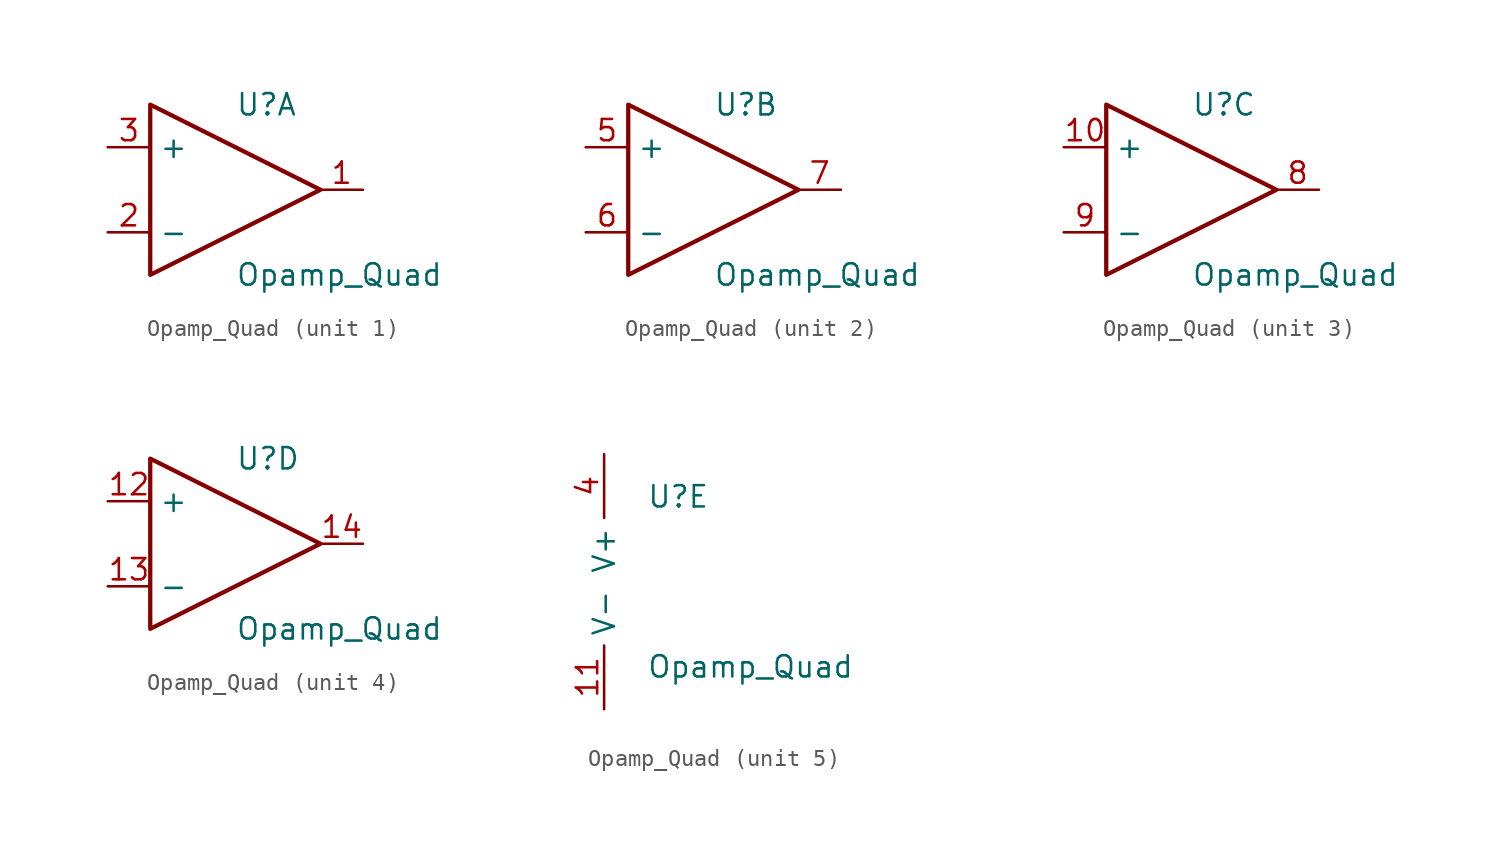
<source format=kicad_sym>
(kicad_symbol_lib
  (version 20211014)
  (generator kicad_symbol_editor)
  (symbol "Opamp_Quad"
    (property "Reference" "U"
      (at 0 5.08 0)
      (effects (font (size 1.27 1.27)) (justify left)))
    (property "Value" "Opamp_Quad"
      (at 0 -5.08 0)
      (effects (font (size 1.27 1.27)) (justify left)))
    (property "ki_locked" ""
      (at 0 0 0)
      (effects (font (size 1.27 1.27))))
    (symbol "Opamp_Quad_1_1"
      (polyline (pts (xy -5.08 5.08) (xy 5.08 0) (xy -5.08 -5.08) (xy -5.08 5.08)) (stroke (width 0.254) (type default) (color 0 0 0 0)) (fill (type none)))
      (pin output line (at 7.62 0 180) (length 2.54) (name "~" (effects (font (size 1.27 1.27)))) (number "1" (effects (font (size 1.27 1.27)))))
      (pin input line (at -7.62 -2.54 0) (length 2.54) (name "-" (effects (font (size 1.27 1.27)))) (number "2" (effects (font (size 1.27 1.27)))))
      (pin input line (at -7.62 2.54 0) (length 2.54) (name "+" (effects (font (size 1.27 1.27)))) (number "3" (effects (font (size 1.27 1.27))))))
    (symbol "Opamp_Quad_2_1"
      (polyline (pts (xy -5.08 5.08) (xy 5.08 0) (xy -5.08 -5.08) (xy -5.08 5.08)) (stroke (width 0.254) (type default) (color 0 0 0 0)) (fill (type none)))
      (pin input line (at -7.62 2.54 0) (length 2.54) (name "+" (effects (font (size 1.27 1.27)))) (number "5" (effects (font (size 1.27 1.27)))))
      (pin input line (at -7.62 -2.54 0) (length 2.54) (name "-" (effects (font (size 1.27 1.27)))) (number "6" (effects (font (size 1.27 1.27)))))
      (pin output line (at 7.62 0 180) (length 2.54) (name "~" (effects (font (size 1.27 1.27)))) (number "7" (effects (font (size 1.27 1.27))))))
    (symbol "Opamp_Quad_3_1"
      (polyline (pts (xy -5.08 5.08) (xy 5.08 0) (xy -5.08 -5.08) (xy -5.08 5.08)) (stroke (width 0.254) (type default) (color 0 0 0 0)) (fill (type none)))
      (pin input line (at -7.62 2.54 0) (length 2.54) (name "+" (effects (font (size 1.27 1.27)))) (number "10" (effects (font (size 1.27 1.27)))))
      (pin output line (at 7.62 0 180) (length 2.54) (name "~" (effects (font (size 1.27 1.27)))) (number "8" (effects (font (size 1.27 1.27)))))
      (pin input line (at -7.62 -2.54 0) (length 2.54) (name "-" (effects (font (size 1.27 1.27)))) (number "9" (effects (font (size 1.27 1.27))))))
    (symbol "Opamp_Quad_4_1"
      (polyline (pts (xy -5.08 5.08) (xy 5.08 0) (xy -5.08 -5.08) (xy -5.08 5.08)) (stroke (width 0.254) (type default) (color 0 0 0 0)) (fill (type none)))
      (pin input line (at -7.62 2.54 0) (length 2.54) (name "+" (effects (font (size 1.27 1.27)))) (number "12" (effects (font (size 1.27 1.27)))))
      (pin input line (at -7.62 -2.54 0) (length 2.54) (name "-" (effects (font (size 1.27 1.27)))) (number "13" (effects (font (size 1.27 1.27)))))
      (pin output line (at 7.62 0 180) (length 2.54) (name "~" (effects (font (size 1.27 1.27)))) (number "14" (effects (font (size 1.27 1.27))))))
    (symbol "Opamp_Quad_5_1"
      (pin power_in line (at -2.54 -7.62 90) (length 3.81) (name "V-" (effects (font (size 1.27 1.27)))) (number "11" (effects (font (size 1.27 1.27)))))
      (pin power_in line (at -2.54 7.62 270) (length 3.81) (name "V+" (effects (font (size 1.27 1.27)))) (number "4" (effects (font (size 1.27 1.27))))))))
</source>
